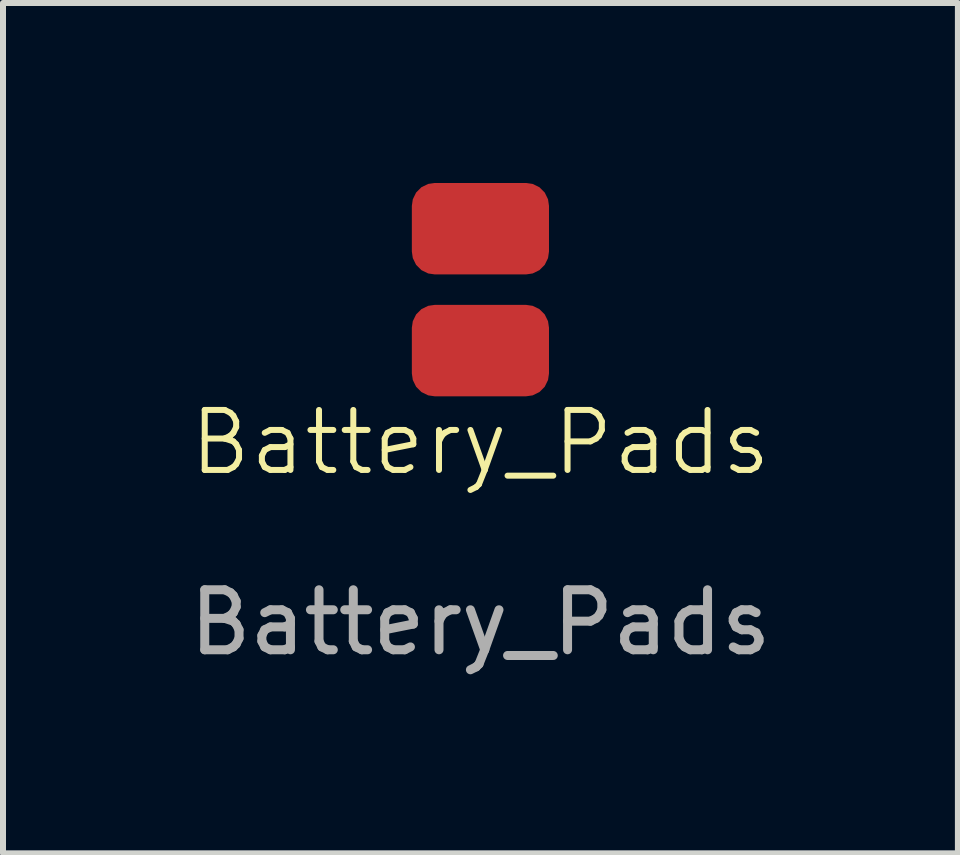
<source format=kicad_pcb>
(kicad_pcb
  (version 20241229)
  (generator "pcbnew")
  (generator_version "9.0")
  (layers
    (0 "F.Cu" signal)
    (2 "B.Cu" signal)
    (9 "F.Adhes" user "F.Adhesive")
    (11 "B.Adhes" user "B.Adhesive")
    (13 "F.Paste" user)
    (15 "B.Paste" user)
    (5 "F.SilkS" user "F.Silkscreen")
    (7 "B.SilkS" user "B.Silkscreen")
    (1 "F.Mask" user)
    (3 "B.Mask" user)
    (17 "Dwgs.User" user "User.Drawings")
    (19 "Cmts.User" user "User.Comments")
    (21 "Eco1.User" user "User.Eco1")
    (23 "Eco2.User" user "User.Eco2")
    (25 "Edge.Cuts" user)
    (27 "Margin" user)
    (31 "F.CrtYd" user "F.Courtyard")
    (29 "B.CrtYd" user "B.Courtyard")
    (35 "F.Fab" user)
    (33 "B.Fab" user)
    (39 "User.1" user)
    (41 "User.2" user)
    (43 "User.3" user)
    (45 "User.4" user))
  (footprint "Battery_Pads"
    (layer "F.Cu")
    (at 4.958 4.826)
    (property "Reference" "Battery_Pads" (at 0 -0.5 0) (unlocked yes) (layer "F.SilkS") (effects (font (size 1 1) (thickness 0.1))))
    (attr smd)
    (fp_text user "${REFERENCE}" (at 0 2.5 0) (unlocked yes) (layer "F.Fab") (effects (font (size 1 1) (thickness 0.15))))
    (pad "1" smd roundrect (at 0 -2.032) (size 2.286 1.524) (layers "F.Cu" "F.Mask" "F.Paste") (roundrect_rratio 0.25))
    (pad "2" smd roundrect (at 0 -4.064) (size 2.286 1.524) (layers "F.Cu" "F.Mask" "F.Paste") (roundrect_rratio 0.25)))
  (gr_rect
    (start -3 -3)
    (end 12.917 11.174)
    (stroke (width 0.1) (type default))
    (fill no)
    (layer "Edge.Cuts")))
</source>
